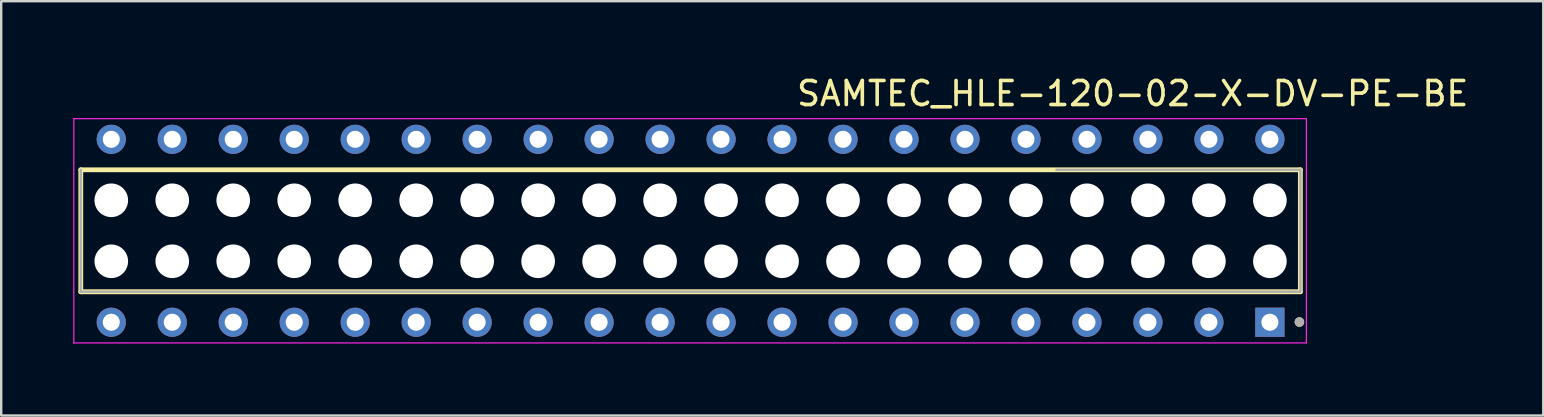
<source format=kicad_pcb>
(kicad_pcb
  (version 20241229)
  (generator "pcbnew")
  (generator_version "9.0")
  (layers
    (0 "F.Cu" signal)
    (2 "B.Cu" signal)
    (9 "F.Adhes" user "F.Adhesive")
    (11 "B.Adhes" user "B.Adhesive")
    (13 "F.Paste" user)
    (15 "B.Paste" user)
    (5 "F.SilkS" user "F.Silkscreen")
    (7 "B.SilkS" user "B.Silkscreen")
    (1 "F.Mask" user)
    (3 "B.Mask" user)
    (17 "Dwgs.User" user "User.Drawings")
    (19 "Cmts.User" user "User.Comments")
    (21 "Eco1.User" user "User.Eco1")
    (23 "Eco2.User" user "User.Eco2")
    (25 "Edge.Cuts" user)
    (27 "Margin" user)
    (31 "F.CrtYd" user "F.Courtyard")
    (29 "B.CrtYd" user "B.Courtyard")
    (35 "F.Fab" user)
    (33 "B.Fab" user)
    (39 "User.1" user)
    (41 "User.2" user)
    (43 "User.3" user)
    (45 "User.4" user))
  (footprint "SAMTEC_HLE-120-02-X-DV-PE-BE"
    (layer "F.Cu")
    (at 46.035 6.563)
    (property "Reference" "SAMTEC_HLE-120-02-X-DV-PE-BE" (at -1.905 -5.715 0) (layer "F.SilkS") (effects (font (size 1 1) (thickness 0.15))))
    (attr through_hole)
    (fp_line (start -45.72 -2.54) (end 5.08 -2.54) (stroke (width 0.2) (type solid)) (layer "F.SilkS"))
    (fp_line (start -45.72 2.54) (end -45.72 -2.54) (stroke (width 0.2) (type solid)) (layer "F.SilkS"))
    (fp_line (start 5.08 -2.54) (end 5.08 2.54) (stroke (width 0.2) (type solid)) (layer "F.SilkS"))
    (fp_line (start 5.08 2.54) (end -45.72 2.54) (stroke (width 0.2) (type solid)) (layer "F.SilkS"))
    (fp_circle (center 5.04 3.8) (end 5.14 3.8) (stroke (width 0.2) (type solid)) (fill no) (layer "F.SilkS"))
    (fp_line (start -46.01 -4.67) (end 5.33 -4.67) (stroke (width 0.05) (type solid)) (layer "F.CrtYd"))
    (fp_line (start -46.01 4.67) (end -46.01 -4.67) (stroke (width 0.05) (type solid)) (layer "F.CrtYd"))
    (fp_line (start 5.33 -4.67) (end 5.33 4.67) (stroke (width 0.05) (type solid)) (layer "F.CrtYd"))
    (fp_line (start 5.33 4.67) (end -46.01 4.67) (stroke (width 0.05) (type solid)) (layer "F.CrtYd"))
    (fp_line (start -45.72 2.54) (end -45.72 -2.54) (stroke (width 0.1) (type solid)) (layer "F.Fab"))
    (fp_line (start -5.08 -2.54) (end 5.08 -2.54) (stroke (width 0.1) (type solid)) (layer "F.Fab"))
    (fp_line (start 5.08 -2.54) (end 5.08 2.54) (stroke (width 0.1) (type solid)) (layer "F.Fab"))
    (fp_line (start 5.08 2.54) (end -45.72 2.54) (stroke (width 0.1) (type solid)) (layer "F.Fab"))
    (fp_circle (center 5.04 3.8) (end 5.14 3.8) (stroke (width 0.2) (type solid)) (fill no) (layer "F.Fab"))
    (pad "" np_thru_hole circle (at -44.45 -1.27) (size 1.4 1.4) (drill 1.4) (layers "*.Cu" "*.Mask"))
    (pad "" np_thru_hole circle (at -44.45 1.27) (size 1.4 1.4) (drill 1.4) (layers "*.Cu" "*.Mask"))
    (pad "" np_thru_hole circle (at -41.91 -1.27) (size 1.4 1.4) (drill 1.4) (layers "*.Cu" "*.Mask"))
    (pad "" np_thru_hole circle (at -41.91 1.27) (size 1.4 1.4) (drill 1.4) (layers "*.Cu" "*.Mask"))
    (pad "" np_thru_hole circle (at -39.37 -1.27) (size 1.4 1.4) (drill 1.4) (layers "*.Cu" "*.Mask"))
    (pad "" np_thru_hole circle (at -39.37 1.27) (size 1.4 1.4) (drill 1.4) (layers "*.Cu" "*.Mask"))
    (pad "" np_thru_hole circle (at -36.83 -1.27) (size 1.4 1.4) (drill 1.4) (layers "*.Cu" "*.Mask"))
    (pad "" np_thru_hole circle (at -36.83 1.27) (size 1.4 1.4) (drill 1.4) (layers "*.Cu" "*.Mask"))
    (pad "" np_thru_hole circle (at -34.29 -1.27) (size 1.4 1.4) (drill 1.4) (layers "*.Cu" "*.Mask"))
    (pad "" np_thru_hole circle (at -34.29 1.27) (size 1.4 1.4) (drill 1.4) (layers "*.Cu" "*.Mask"))
    (pad "" np_thru_hole circle (at -31.75 -1.27) (size 1.4 1.4) (drill 1.4) (layers "*.Cu" "*.Mask"))
    (pad "" np_thru_hole circle (at -31.75 1.27) (size 1.4 1.4) (drill 1.4) (layers "*.Cu" "*.Mask"))
    (pad "" np_thru_hole circle (at -29.21 -1.27) (size 1.4 1.4) (drill 1.4) (layers "*.Cu" "*.Mask"))
    (pad "" np_thru_hole circle (at -29.21 1.27) (size 1.4 1.4) (drill 1.4) (layers "*.Cu" "*.Mask"))
    (pad "" np_thru_hole circle (at -26.67 -1.27) (size 1.4 1.4) (drill 1.4) (layers "*.Cu" "*.Mask"))
    (pad "" np_thru_hole circle (at -26.67 1.27) (size 1.4 1.4) (drill 1.4) (layers "*.Cu" "*.Mask"))
    (pad "" np_thru_hole circle (at -24.13 -1.27) (size 1.4 1.4) (drill 1.4) (layers "*.Cu" "*.Mask"))
    (pad "" np_thru_hole circle (at -24.13 1.27) (size 1.4 1.4) (drill 1.4) (layers "*.Cu" "*.Mask"))
    (pad "" np_thru_hole circle (at -21.59 -1.27) (size 1.4 1.4) (drill 1.4) (layers "*.Cu" "*.Mask"))
    (pad "" np_thru_hole circle (at -21.59 1.27) (size 1.4 1.4) (drill 1.4) (layers "*.Cu" "*.Mask"))
    (pad "" np_thru_hole circle (at -19.05 -1.27) (size 1.4 1.4) (drill 1.4) (layers "*.Cu" "*.Mask"))
    (pad "" np_thru_hole circle (at -19.05 1.27) (size 1.4 1.4) (drill 1.4) (layers "*.Cu" "*.Mask"))
    (pad "" np_thru_hole circle (at -16.51 -1.27) (size 1.4 1.4) (drill 1.4) (layers "*.Cu" "*.Mask"))
    (pad "" np_thru_hole circle (at -16.51 1.27) (size 1.4 1.4) (drill 1.4) (layers "*.Cu" "*.Mask"))
    (pad "" np_thru_hole circle (at -13.97 -1.27) (size 1.4 1.4) (drill 1.4) (layers "*.Cu" "*.Mask"))
    (pad "" np_thru_hole circle (at -13.97 1.27) (size 1.4 1.4) (drill 1.4) (layers "*.Cu" "*.Mask"))
    (pad "" np_thru_hole circle (at -11.43 -1.27) (size 1.4 1.4) (drill 1.4) (layers "*.Cu" "*.Mask"))
    (pad "" np_thru_hole circle (at -11.43 1.27) (size 1.4 1.4) (drill 1.4) (layers "*.Cu" "*.Mask"))
    (pad "" np_thru_hole circle (at -8.89 -1.27) (size 1.4 1.4) (drill 1.4) (layers "*.Cu" "*.Mask"))
    (pad "" np_thru_hole circle (at -8.89 1.27) (size 1.4 1.4) (drill 1.4) (layers "*.Cu" "*.Mask"))
    (pad "" np_thru_hole circle (at -6.35 -1.27) (size 1.4 1.4) (drill 1.4) (layers "*.Cu" "*.Mask"))
    (pad "" np_thru_hole circle (at -6.35 1.27) (size 1.4 1.4) (drill 1.4) (layers "*.Cu" "*.Mask"))
    (pad "" np_thru_hole circle (at -3.81 -1.27) (size 1.4 1.4) (drill 1.4) (layers "*.Cu" "*.Mask"))
    (pad "" np_thru_hole circle (at -3.81 1.27) (size 1.4 1.4) (drill 1.4) (layers "*.Cu" "*.Mask"))
    (pad "" np_thru_hole circle (at -1.27 -1.27) (size 1.4 1.4) (drill 1.4) (layers "*.Cu" "*.Mask"))
    (pad "" np_thru_hole circle (at -1.27 1.27) (size 1.4 1.4) (drill 1.4) (layers "*.Cu" "*.Mask"))
    (pad "" np_thru_hole circle (at 1.27 -1.27) (size 1.4 1.4) (drill 1.4) (layers "*.Cu" "*.Mask"))
    (pad "" np_thru_hole circle (at 1.27 1.27) (size 1.4 1.4) (drill 1.4) (layers "*.Cu" "*.Mask"))
    (pad "" np_thru_hole circle (at 3.81 -1.27) (size 1.4 1.4) (drill 1.4) (layers "*.Cu" "*.Mask"))
    (pad "" np_thru_hole circle (at 3.81 1.27) (size 1.4 1.4) (drill 1.4) (layers "*.Cu" "*.Mask"))
    (pad "1" thru_hole rect (at 3.81 3.81) (size 1.218 1.218) (drill 0.71) (layers "*.Cu" "*.Mask"))
    (pad "2" thru_hole circle (at 3.81 -3.81) (size 1.218 1.218) (drill 0.71) (layers "*.Cu" "*.Mask"))
    (pad "3" thru_hole circle (at 1.27 3.81) (size 1.218 1.218) (drill 0.71) (layers "*.Cu" "*.Mask"))
    (pad "4" thru_hole circle (at 1.27 -3.81) (size 1.218 1.218) (drill 0.71) (layers "*.Cu" "*.Mask"))
    (pad "5" thru_hole circle (at -1.27 3.81) (size 1.218 1.218) (drill 0.71) (layers "*.Cu" "*.Mask"))
    (pad "6" thru_hole circle (at -1.27 -3.81) (size 1.218 1.218) (drill 0.71) (layers "*.Cu" "*.Mask"))
    (pad "7" thru_hole circle (at -3.81 3.81) (size 1.218 1.218) (drill 0.71) (layers "*.Cu" "*.Mask"))
    (pad "8" thru_hole circle (at -3.81 -3.81) (size 1.218 1.218) (drill 0.71) (layers "*.Cu" "*.Mask"))
    (pad "9" thru_hole circle (at -6.35 3.81) (size 1.218 1.218) (drill 0.71) (layers "*.Cu" "*.Mask"))
    (pad "10" thru_hole circle (at -6.35 -3.81) (size 1.218 1.218) (drill 0.71) (layers "*.Cu" "*.Mask"))
    (pad "11" thru_hole circle (at -8.89 3.81) (size 1.218 1.218) (drill 0.71) (layers "*.Cu" "*.Mask"))
    (pad "12" thru_hole circle (at -8.89 -3.81) (size 1.218 1.218) (drill 0.71) (layers "*.Cu" "*.Mask"))
    (pad "13" thru_hole circle (at -11.43 3.81) (size 1.218 1.218) (drill 0.71) (layers "*.Cu" "*.Mask"))
    (pad "14" thru_hole circle (at -11.43 -3.81) (size 1.218 1.218) (drill 0.71) (layers "*.Cu" "*.Mask"))
    (pad "15" thru_hole circle (at -13.97 3.81) (size 1.218 1.218) (drill 0.71) (layers "*.Cu" "*.Mask"))
    (pad "16" thru_hole circle (at -13.97 -3.81) (size 1.218 1.218) (drill 0.71) (layers "*.Cu" "*.Mask"))
    (pad "17" thru_hole circle (at -16.51 3.81) (size 1.218 1.218) (drill 0.71) (layers "*.Cu" "*.Mask"))
    (pad "18" thru_hole circle (at -16.51 -3.81) (size 1.218 1.218) (drill 0.71) (layers "*.Cu" "*.Mask"))
    (pad "19" thru_hole circle (at -19.05 3.81) (size 1.218 1.218) (drill 0.71) (layers "*.Cu" "*.Mask"))
    (pad "20" thru_hole circle (at -19.05 -3.81) (size 1.218 1.218) (drill 0.71) (layers "*.Cu" "*.Mask"))
    (pad "21" thru_hole circle (at -21.59 3.81) (size 1.218 1.218) (drill 0.71) (layers "*.Cu" "*.Mask"))
    (pad "22" thru_hole circle (at -21.59 -3.81) (size 1.218 1.218) (drill 0.71) (layers "*.Cu" "*.Mask"))
    (pad "23" thru_hole circle (at -24.13 3.81) (size 1.218 1.218) (drill 0.71) (layers "*.Cu" "*.Mask"))
    (pad "24" thru_hole circle (at -24.13 -3.81) (size 1.218 1.218) (drill 0.71) (layers "*.Cu" "*.Mask"))
    (pad "25" thru_hole circle (at -26.67 3.81) (size 1.218 1.218) (drill 0.71) (layers "*.Cu" "*.Mask"))
    (pad "26" thru_hole circle (at -26.67 -3.81) (size 1.218 1.218) (drill 0.71) (layers "*.Cu" "*.Mask"))
    (pad "27" thru_hole circle (at -29.21 3.81) (size 1.218 1.218) (drill 0.71) (layers "*.Cu" "*.Mask"))
    (pad "28" thru_hole circle (at -29.21 -3.81) (size 1.218 1.218) (drill 0.71) (layers "*.Cu" "*.Mask"))
    (pad "29" thru_hole circle (at -31.75 3.81) (size 1.218 1.218) (drill 0.71) (layers "*.Cu" "*.Mask"))
    (pad "30" thru_hole circle (at -31.75 -3.81) (size 1.218 1.218) (drill 0.71) (layers "*.Cu" "*.Mask"))
    (pad "31" thru_hole circle (at -34.29 3.81) (size 1.218 1.218) (drill 0.71) (layers "*.Cu" "*.Mask"))
    (pad "32" thru_hole circle (at -34.29 -3.81) (size 1.218 1.218) (drill 0.71) (layers "*.Cu" "*.Mask"))
    (pad "33" thru_hole circle (at -36.83 3.81) (size 1.218 1.218) (drill 0.71) (layers "*.Cu" "*.Mask"))
    (pad "34" thru_hole circle (at -36.83 -3.81) (size 1.218 1.218) (drill 0.71) (layers "*.Cu" "*.Mask"))
    (pad "35" thru_hole circle (at -39.37 3.81) (size 1.218 1.218) (drill 0.71) (layers "*.Cu" "*.Mask"))
    (pad "36" thru_hole circle (at -39.37 -3.81) (size 1.218 1.218) (drill 0.71) (layers "*.Cu" "*.Mask"))
    (pad "37" thru_hole circle (at -41.91 3.81) (size 1.218 1.218) (drill 0.71) (layers "*.Cu" "*.Mask"))
    (pad "38" thru_hole circle (at -41.91 -3.81) (size 1.218 1.218) (drill 0.71) (layers "*.Cu" "*.Mask"))
    (pad "39" thru_hole circle (at -44.45 3.81) (size 1.218 1.218) (drill 0.71) (layers "*.Cu" "*.Mask"))
    (pad "40" thru_hole circle (at -44.45 -3.81) (size 1.218 1.218) (drill 0.71) (layers "*.Cu" "*.Mask")))
  (gr_rect
    (start -3 -3)
    (end 61.231 14.258)
    (stroke (width 0.1) (type default))
    (fill no)
    (layer "Edge.Cuts")))
</source>
